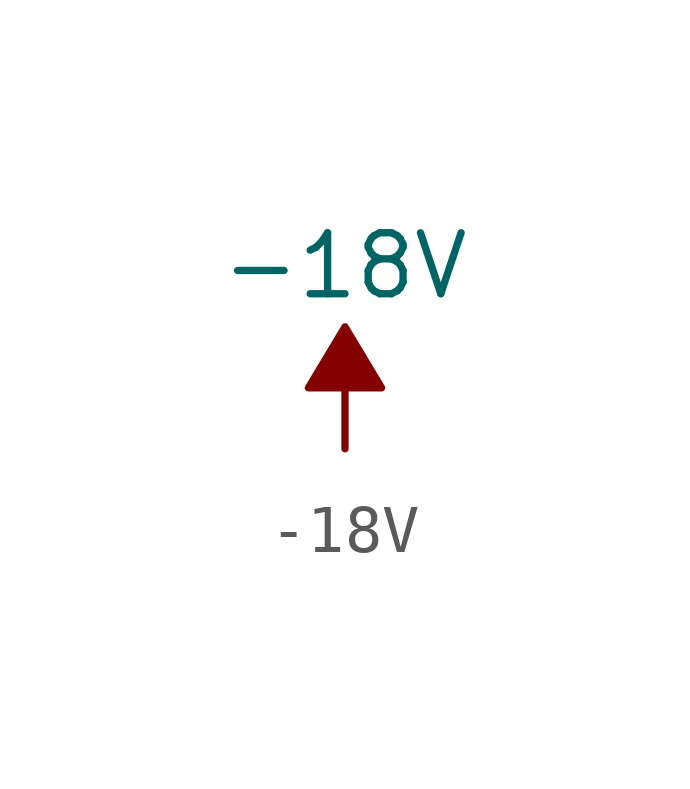
<source format=kicad_sym>
(kicad_symbol_lib
  (version 20220914)
  (generator kicad_symbol_editor)
  (symbol "-18V"
    (power)
    (pin_names
      (offset 0))
    (property "Reference" "#PWR"
      (at 0 2.54 0)
      (effects (font (size 1.27 1.27)) hide))
    (property "Value" "-18V"
      (at 0 3.81 0)
      (effects (font (size 1.27 1.27))))
    (symbol "-18V_0_1"
      (polyline (pts (xy 0 0) (xy 0 1.27) (xy 0.762 1.27) (xy 0 2.54) (xy -0.762 1.27) (xy 0 1.27)) (stroke (width 0) (type default)) (fill (type outline))))
    (symbol "-18V_1_0"
      (pin power_in line (at 0 0 90) (length 0) hide (name "-18V" (effects (font (size 1.27 1.27)))) (number "1" (effects (font (size 1.27 1.27))))))))
</source>
